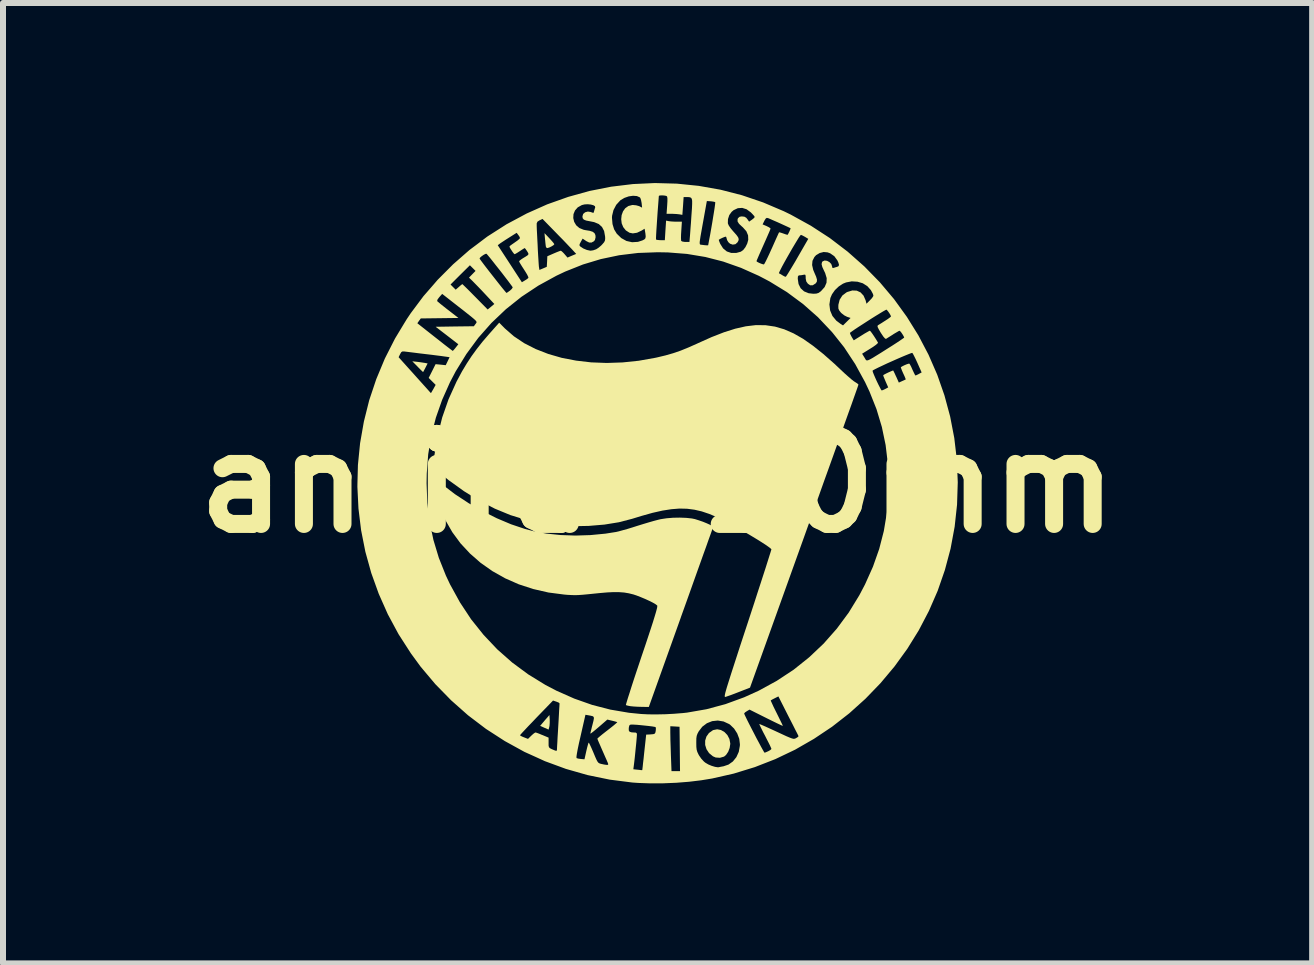
<source format=kicad_pcb>
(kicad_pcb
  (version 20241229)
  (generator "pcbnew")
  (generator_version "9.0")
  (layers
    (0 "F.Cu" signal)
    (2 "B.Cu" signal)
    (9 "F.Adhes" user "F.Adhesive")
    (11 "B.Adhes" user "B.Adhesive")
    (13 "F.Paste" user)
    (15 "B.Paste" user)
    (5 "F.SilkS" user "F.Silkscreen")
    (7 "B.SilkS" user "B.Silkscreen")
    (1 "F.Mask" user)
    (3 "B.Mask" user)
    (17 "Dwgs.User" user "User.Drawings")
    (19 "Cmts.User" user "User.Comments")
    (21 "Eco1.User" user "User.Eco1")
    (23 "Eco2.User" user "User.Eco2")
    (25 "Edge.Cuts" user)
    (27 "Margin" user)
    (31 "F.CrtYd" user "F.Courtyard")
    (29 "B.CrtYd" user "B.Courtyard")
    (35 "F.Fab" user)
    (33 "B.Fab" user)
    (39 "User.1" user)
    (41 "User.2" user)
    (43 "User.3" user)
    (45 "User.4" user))
  (footprint "antifa-10mm"
    (layer "F.Cu")
    (at 7.907 5.002)
    (property "Reference" "antifa-10mm" (at 0 0 0) (layer "F.SilkS") (effects (font (size 1.5 1.5) (thickness 0.3))))
    (attr board_only exclude_from_pos_files exclude_from_bom)
    (fp_poly (pts (xy -1.797 3.94) (xy -1.797 3.994) (xy -1.801 4.044) (xy -1.805 4.062) (xy -1.816 4.105) (xy -1.887 4.074) (xy -1.957 4.043) (xy -1.88 3.952) (xy -1.802 3.862)) (stroke (width 0) (type solid)) (fill yes) (layer "F.SilkS"))
    (fp_poly (pts (xy -4.006 -2.023) (xy -3.951 -2.016) (xy -3.899 -2.008) (xy -3.879 -2.005) (xy -3.832 -1.996) (xy -3.868 -1.925) (xy -3.889 -1.885) (xy -3.903 -1.859) (xy -3.908 -1.853) (xy -3.919 -1.863) (xy -3.946 -1.889) (xy -3.983 -1.926) (xy -3.999 -1.943) (xy -4.087 -2.032)) (stroke (width 0) (type solid)) (fill yes) (layer "F.SilkS"))
    (fp_poly (pts (xy -1.803 -4.082) (xy -1.765 -4.04) (xy -1.736 -4.006) (xy -1.722 -3.985) (xy -1.721 -3.982) (xy -1.733 -3.968) (xy -1.762 -3.949) (xy -1.797 -3.931) (xy -1.829 -3.92) (xy -1.839 -3.918) (xy -1.857 -3.93) (xy -1.86 -3.937) (xy -1.864 -3.96) (xy -1.869 -4.003) (xy -1.874 -4.057) (xy -1.875 -4.061) (xy -1.884 -4.167)) (stroke (width 0) (type solid)) (fill yes) (layer "F.SilkS"))
    (fp_poly (pts (xy 1.056 4.112) (xy 1.115 4.146) (xy 1.163 4.196) (xy 1.197 4.261) (xy 1.211 4.334) (xy 1.211 4.346) (xy 1.201 4.411) (xy 1.177 4.474) (xy 1.142 4.526) (xy 1.108 4.555) (xy 1.039 4.575) (xy 0.968 4.57) (xy 0.922 4.55) (xy 0.858 4.497) (xy 0.815 4.432) (xy 0.793 4.361) (xy 0.793 4.289) (xy 0.814 4.221) (xy 0.856 4.162) (xy 0.918 4.118) (xy 0.928 4.113) (xy 0.993 4.1)) (stroke (width 0) (type solid)) (fill yes) (layer "F.SilkS"))
    (fp_poly (pts (xy -3.707 -0.072) (xy -3.675 -0.048) (xy -3.631 -0.013) (xy -3.585 0.023) (xy -3.375 0.183) (xy -3.15 0.331) (xy -2.916 0.465) (xy -2.678 0.584) (xy -2.441 0.684) (xy -2.209 0.762) (xy -2.071 0.798) (xy -1.853 0.839) (xy -1.617 0.863) (xy -1.37 0.872) (xy -1.118 0.864) (xy -0.869 0.84) (xy -0.691 0.812) (xy -0.648 0.802) (xy -0.583 0.784) (xy -0.503 0.762) (xy -0.415 0.735) (xy -0.337 0.71) (xy -0.243 0.681) (xy -0.15 0.653) (xy -0.063 0.628) (xy 0.009 0.609) (xy 0.051 0.599) (xy 0.149 0.584) (xy 0.258 0.575) (xy 0.371 0.573) (xy 0.478 0.577) (xy 0.571 0.587) (xy 0.62 0.597) (xy 0.687 0.618) (xy 0.754 0.641) (xy 0.818 0.667) (xy 0.871 0.691) (xy 0.909 0.712) (xy 0.925 0.727) (xy 0.926 0.73) (xy 0.92 0.746) (xy 0.905 0.788) (xy 0.882 0.853) (xy 0.85 0.941) (xy 0.812 1.049) (xy 0.766 1.176) (xy 0.715 1.319) (xy 0.658 1.478) (xy 0.597 1.649) (xy 0.532 1.832) (xy 0.463 2.025) (xy 0.391 2.225) (xy 0.387 2.238) (xy -0.146 3.728) (xy -0.271 3.726) (xy -0.337 3.724) (xy -0.401 3.72) (xy -0.45 3.715) (xy -0.457 3.714) (xy -0.498 3.706) (xy -0.524 3.698) (xy -0.528 3.696) (xy -0.525 3.681) (xy -0.513 3.64) (xy -0.494 3.577) (xy -0.467 3.494) (xy -0.435 3.392) (xy -0.397 3.275) (xy -0.354 3.145) (xy -0.307 3.005) (xy -0.263 2.873) (xy -0.203 2.696) (xy -0.153 2.545) (xy -0.111 2.418) (xy -0.077 2.313) (xy -0.051 2.228) (xy -0.031 2.162) (xy -0.017 2.111) (xy -0.008 2.075) (xy -0.005 2.052) (xy -0.005 2.039) (xy -0.007 2.037) (xy -0.032 2.017) (xy -0.078 1.99) (xy -0.14 1.959) (xy -0.21 1.927) (xy -0.282 1.897) (xy -0.349 1.871) (xy -0.403 1.853) (xy -0.48 1.834) (xy -0.557 1.821) (xy -0.639 1.815) (xy -0.73 1.814) (xy -0.837 1.819) (xy -0.964 1.83) (xy -1.053 1.839) (xy -1.161 1.85) (xy -1.246 1.858) (xy -1.316 1.863) (xy -1.377 1.865) (xy -1.436 1.863) (xy -1.499 1.86) (xy -1.555 1.855) (xy -1.818 1.821) (xy -2.071 1.763) (xy -2.313 1.684) (xy -2.54 1.584) (xy -2.753 1.464) (xy -2.949 1.326) (xy -3.126 1.171) (xy -3.284 1.001) (xy -3.42 0.816) (xy -3.534 0.618) (xy -3.622 0.407) (xy -3.681 0.205) (xy -3.697 0.125) (xy -3.711 0.052) (xy -3.72 -0.009) (xy -3.724 -0.055) (xy -3.723 -0.078) (xy -3.721 -0.081)) (stroke (width 0) (type solid)) (fill yes) (layer "F.SilkS"))
    (fp_poly (pts (xy -2.544 -2.579) (xy -2.395 -2.449) (xy -2.223 -2.334) (xy -2.031 -2.236) (xy -1.821 -2.154) (xy -1.596 -2.089) (xy -1.357 -2.043) (xy -1.107 -2.014) (xy -0.848 -2.004) (xy -0.583 -2.013) (xy -0.314 -2.041) (xy -0.043 -2.089) (xy -0.01 -2.096) (xy 0.132 -2.13) (xy 0.261 -2.167) (xy 0.386 -2.21) (xy 0.516 -2.263) (xy 0.66 -2.327) (xy 0.679 -2.336) (xy 0.9 -2.435) (xy 1.105 -2.515) (xy 1.294 -2.575) (xy 1.471 -2.615) (xy 1.639 -2.635) (xy 1.8 -2.633) (xy 1.956 -2.61) (xy 2.11 -2.565) (xy 2.266 -2.497) (xy 2.424 -2.407) (xy 2.588 -2.292) (xy 2.761 -2.154) (xy 2.945 -1.992) (xy 3.047 -1.896) (xy 3.113 -1.834) (xy 3.175 -1.779) (xy 3.229 -1.732) (xy 3.271 -1.699) (xy 3.293 -1.685) (xy 3.326 -1.664) (xy 3.345 -1.647) (xy 3.347 -1.643) (xy 3.342 -1.628) (xy 3.328 -1.586) (xy 3.305 -1.521) (xy 3.273 -1.431) (xy 3.234 -1.32) (xy 3.186 -1.187) (xy 3.132 -1.036) (xy 3.072 -0.867) (xy 3.006 -0.681) (xy 2.934 -0.479) (xy 2.857 -0.264) (xy 2.775 -0.037) (xy 2.69 0.202) (xy 2.601 0.45) (xy 2.509 0.706) (xy 2.444 0.888) (xy 1.54 3.406) (xy 1.356 3.478) (xy 1.284 3.506) (xy 1.22 3.53) (xy 1.168 3.548) (xy 1.136 3.559) (xy 1.133 3.56) (xy 1.127 3.561) (xy 1.122 3.559) (xy 1.119 3.553) (xy 1.119 3.542) (xy 1.122 3.522) (xy 1.128 3.494) (xy 1.139 3.454) (xy 1.154 3.402) (xy 1.175 3.335) (xy 1.201 3.252) (xy 1.233 3.151) (xy 1.272 3.031) (xy 1.318 2.889) (xy 1.371 2.725) (xy 1.433 2.536) (xy 1.496 2.345) (xy 1.556 2.162) (xy 1.613 1.988) (xy 1.666 1.823) (xy 1.716 1.67) (xy 1.761 1.531) (xy 1.801 1.408) (xy 1.834 1.303) (xy 1.861 1.217) (xy 1.881 1.154) (xy 1.893 1.115) (xy 1.897 1.102) (xy 1.884 1.087) (xy 1.849 1.06) (xy 1.796 1.023) (xy 1.726 0.978) (xy 1.644 0.927) (xy 1.553 0.872) (xy 1.457 0.816) (xy 1.359 0.759) (xy 1.262 0.705) (xy 1.17 0.655) (xy 1.085 0.611) (xy 1.012 0.576) (xy 0.991 0.566) (xy 0.86 0.511) (xy 0.735 0.469) (xy 0.614 0.441) (xy 0.491 0.425) (xy 0.364 0.422) (xy 0.228 0.433) (xy 0.081 0.456) (xy -0.083 0.493) (xy -0.265 0.544) (xy -0.425 0.593) (xy -0.644 0.65) (xy -0.885 0.689) (xy -1.147 0.711) (xy -1.355 0.715) (xy -1.642 0.704) (xy -1.919 0.67) (xy -2.188 0.612) (xy -2.452 0.531) (xy -2.711 0.424) (xy -2.968 0.292) (xy -3.225 0.133) (xy -3.484 -0.053) (xy -3.703 -0.229) (xy -3.743 -0.264) (xy -3.721 -0.45) (xy -3.668 -0.778) (xy -3.589 -1.095) (xy -3.483 -1.399) (xy -3.35 -1.693) (xy -3.259 -1.863) (xy -3.179 -1.996) (xy -3.099 -2.118) (xy -3.014 -2.235) (xy -2.919 -2.356) (xy -2.808 -2.485) (xy -2.748 -2.553) (xy -2.639 -2.675)) (stroke (width 0) (type solid)) (fill yes) (layer "F.SilkS"))
    (fp_poly (pts (xy 0.321 -4.992) (xy 0.686 -4.955) (xy 1.048 -4.891) (xy 1.406 -4.799) (xy 1.759 -4.679) (xy 2.104 -4.532) (xy 2.219 -4.476) (xy 2.554 -4.291) (xy 2.871 -4.085) (xy 3.168 -3.858) (xy 3.446 -3.612) (xy 3.704 -3.348) (xy 3.94 -3.068) (xy 4.154 -2.772) (xy 4.346 -2.463) (xy 4.515 -2.141) (xy 4.66 -1.808) (xy 4.78 -1.464) (xy 4.875 -1.112) (xy 4.944 -0.753) (xy 4.987 -0.387) (xy 5.002 -0.016) (xy 4.99 0.358) (xy 4.95 0.725) (xy 4.882 1.091) (xy 4.787 1.447) (xy 4.667 1.793) (xy 4.521 2.128) (xy 4.352 2.451) (xy 4.161 2.759) (xy 3.948 3.053) (xy 3.715 3.331) (xy 3.463 3.592) (xy 3.194 3.834) (xy 2.908 4.057) (xy 2.606 4.259) (xy 2.291 4.44) (xy 1.962 4.597) (xy 1.621 4.73) (xy 1.27 4.838) (xy 0.909 4.92) (xy 0.725 4.95) (xy 0.526 4.974) (xy 0.313 4.991) (xy 0.095 5) (xy -0.119 5.001) (xy -0.319 4.994) (xy -0.42 4.987) (xy -0.796 4.939) (xy -1.166 4.863) (xy -1.527 4.76) (xy -1.878 4.631) (xy -2 4.575) (xy -1.351 4.575) (xy -1.349 4.58) (xy -1.324 4.588) (xy -1.284 4.594) (xy -1.275 4.595) (xy -1.218 4.6) (xy -1.188 4.465) (xy -1.174 4.406) (xy -1.161 4.358) (xy -1.152 4.328) (xy -1.149 4.322) (xy -1.14 4.332) (xy -1.124 4.364) (xy -1.101 4.414) (xy -1.074 4.476) (xy -1.069 4.488) (xy -1.039 4.56) (xy -1.017 4.609) (xy -1 4.64) (xy -0.984 4.659) (xy -0.966 4.669) (xy -0.943 4.676) (xy -0.938 4.677) (xy -0.892 4.687) (xy -0.853 4.693) (xy -0.847 4.693) (xy -0.826 4.692) (xy -0.822 4.681) (xy -0.832 4.652) (xy -0.835 4.647) (xy -0.848 4.615) (xy -0.871 4.564) (xy -0.899 4.5) (xy -0.929 4.432) (xy -0.957 4.367) (xy -0.981 4.313) (xy -0.997 4.274) (xy -1.003 4.256) (xy -1.003 4.255) (xy -0.992 4.244) (xy -0.962 4.218) (xy -0.917 4.181) (xy -0.861 4.137) (xy -0.836 4.118) (xy -0.48 4.118) (xy -0.466 4.141) (xy -0.432 4.151) (xy -0.399 4.153) (xy -0.363 4.155) (xy -0.347 4.166) (xy -0.344 4.19) (xy -0.346 4.217) (xy -0.35 4.267) (xy -0.356 4.334) (xy -0.364 4.411) (xy -0.372 4.492) (xy -0.38 4.571) (xy -0.388 4.641) (xy -0.395 4.697) (xy -0.396 4.705) (xy -0.404 4.766) (xy -0.349 4.772) (xy -0.307 4.776) (xy -0.278 4.78) (xy -0.275 4.78) (xy -0.257 4.78) (xy -0.255 4.779) (xy -0.253 4.764) (xy -0.248 4.724) (xy -0.242 4.664) (xy -0.233 4.588) (xy -0.224 4.501) (xy -0.222 4.482) (xy -0.19 4.189) (xy -0.115 4.185) (xy -0.071 4.181) (xy -0.048 4.173) (xy -0.038 4.157) (xy 0.212 4.157) (xy 0.213 4.208) (xy 0.214 4.281) (xy 0.217 4.369) (xy 0.22 4.463) (xy 0.222 4.531) (xy 0.232 4.797) (xy 0.303 4.797) (xy 0.374 4.797) (xy 0.37 4.427) (xy 0.369 4.329) (xy 0.645 4.329) (xy 0.646 4.393) (xy 0.651 4.439) (xy 0.662 4.477) (xy 0.681 4.517) (xy 0.69 4.534) (xy 0.727 4.588) (xy 0.771 4.636) (xy 0.795 4.656) (xy 0.844 4.685) (xy 0.901 4.709) (xy 0.958 4.726) (xy 1.004 4.733) (xy 1.018 4.732) (xy 1.046 4.726) (xy 1.088 4.718) (xy 1.097 4.717) (xy 1.182 4.688) (xy 1.255 4.636) (xy 1.313 4.564) (xy 1.353 4.476) (xy 1.371 4.375) (xy 1.372 4.35) (xy 1.361 4.259) (xy 1.327 4.169) (xy 1.275 4.088) (xy 1.21 4.025) (xy 1.193 4.013) (xy 1.1 3.97) (xy 1.004 3.954) (xy 0.91 3.964) (xy 0.822 3.999) (xy 0.745 4.057) (xy 0.686 4.134) (xy 0.665 4.173) (xy 0.652 4.209) (xy 0.646 4.251) (xy 0.645 4.311) (xy 0.645 4.329) (xy 0.369 4.329) (xy 0.366 4.058) (xy 0.289 4.053) (xy 0.212 4.049) (xy 0.212 4.157) (xy -0.038 4.157) (xy -0.037 4.155) (xy -0.031 4.127) (xy -0.028 4.089) (xy -0.032 4.066) (xy -0.033 4.063) (xy -0.051 4.059) (xy -0.091 4.052) (xy -0.148 4.045) (xy -0.213 4.038) (xy -0.281 4.031) (xy -0.345 4.025) (xy -0.399 4.022) (xy -0.428 4.021) (xy -0.458 4.024) (xy -0.472 4.039) (xy -0.479 4.073) (xy -0.48 4.076) (xy -0.48 4.118) (xy -0.836 4.118) (xy -0.835 4.117) (xy -0.776 4.071) (xy -0.726 4.031) (xy -0.691 4.001) (xy -0.673 3.984) (xy -0.672 3.981) (xy -0.689 3.975) (xy -0.725 3.965) (xy -0.758 3.957) (xy -0.837 3.938) (xy -0.979 4.061) (xy -1.032 4.106) (xy -1.076 4.142) (xy -1.106 4.165) (xy -1.12 4.172) (xy -1.12 4.172) (xy -1.117 4.153) (xy -1.107 4.113) (xy -1.094 4.059) (xy -1.085 4.025) (xy -1.069 3.961) (xy -1.061 3.919) (xy -1.064 3.895) (xy -1.08 3.882) (xy -1.112 3.874) (xy -1.15 3.867) (xy -1.202 3.858) (xy -1.283 4.214) (xy -1.311 4.336) (xy -1.331 4.432) (xy -1.344 4.503) (xy -1.351 4.55) (xy -1.351 4.575) (xy -2 4.575) (xy -2.219 4.476) (xy -2.546 4.296) (xy -2.696 4.199) (xy -2.292 4.199) (xy -2.28 4.21) (xy -2.248 4.225) (xy -2.226 4.234) (xy -2.159 4.26) (xy -2.104 4.206) (xy -2.071 4.176) (xy -2.044 4.157) (xy -2.035 4.153) (xy -2.015 4.158) (xy -1.977 4.172) (xy -1.927 4.193) (xy -1.918 4.196) (xy -1.816 4.239) (xy -1.816 4.323) (xy -1.816 4.371) (xy -1.81 4.398) (xy -1.794 4.415) (xy -1.763 4.431) (xy -1.758 4.433) (xy -1.713 4.452) (xy -1.689 4.459) (xy -1.679 4.453) (xy -1.677 4.442) (xy -1.676 4.423) (xy -1.674 4.379) (xy -1.67 4.314) (xy -1.666 4.231) (xy -1.66 4.137) (xy -1.655 4.05) (xy -1.649 3.949) (xy -1.644 3.857) (xy -1.64 3.778) (xy -1.636 3.718) (xy -1.634 3.679) (xy -1.634 3.667) (xy -1.646 3.656) (xy -1.677 3.643) (xy -1.688 3.639) (xy -1.742 3.621) (xy -2.017 3.905) (xy -2.089 3.981) (xy -2.155 4.049) (xy -2.21 4.108) (xy -2.254 4.155) (xy -2.282 4.186) (xy -2.292 4.199) (xy -2.292 4.199) (xy -2.696 4.199) (xy -2.86 4.093) (xy -3.159 3.866) (xy -3.44 3.617) (xy -3.704 3.347) (xy -3.948 3.057) (xy -4.111 2.834) (xy -4.317 2.514) (xy -4.495 2.183) (xy -4.646 1.843) (xy -4.771 1.495) (xy -4.869 1.142) (xy -4.94 0.783) (xy -4.984 0.422) (xy -5.002 0.059) (xy -5.001 0) (xy -3.849 0) (xy -3.837 0.327) (xy -3.799 0.64) (xy -3.735 0.945) (xy -3.645 1.243) (xy -3.527 1.539) (xy -3.458 1.685) (xy -3.293 1.985) (xy -3.107 2.267) (xy -2.899 2.527) (xy -2.671 2.768) (xy -2.423 2.987) (xy -2.155 3.185) (xy -1.867 3.362) (xy -1.685 3.457) (xy -1.387 3.589) (xy -1.089 3.694) (xy -0.787 3.772) (xy -0.475 3.825) (xy -0.275 3.845) (xy -0.155 3.851) (xy -0.017 3.852) (xy 0.131 3.849) (xy 0.28 3.841) (xy 0.339 3.836) (xy 1.443 3.836) (xy 1.449 3.854) (xy 1.467 3.892) (xy 1.494 3.948) (xy 1.528 4.015) (xy 1.567 4.091) (xy 1.608 4.17) (xy 1.649 4.25) (xy 1.689 4.324) (xy 1.724 4.39) (xy 1.753 4.442) (xy 1.773 4.477) (xy 1.782 4.49) (xy 1.782 4.49) (xy 1.802 4.484) (xy 1.836 4.469) (xy 1.845 4.465) (xy 1.878 4.446) (xy 1.896 4.429) (xy 1.897 4.426) (xy 1.89 4.409) (xy 1.873 4.37) (xy 1.846 4.316) (xy 1.812 4.25) (xy 1.794 4.214) (xy 1.758 4.146) (xy 1.729 4.087) (xy 1.707 4.042) (xy 1.696 4.017) (xy 1.695 4.012) (xy 1.71 4.017) (xy 1.746 4.032) (xy 1.801 4.056) (xy 1.871 4.088) (xy 1.952 4.125) (xy 1.982 4.139) (xy 2.075 4.182) (xy 2.146 4.215) (xy 2.198 4.237) (xy 2.235 4.251) (xy 2.261 4.258) (xy 2.279 4.258) (xy 2.294 4.254) (xy 2.308 4.247) (xy 2.337 4.229) (xy 2.349 4.215) (xy 2.348 4.214) (xy 2.341 4.198) (xy 2.322 4.16) (xy 2.293 4.104) (xy 2.257 4.032) (xy 2.214 3.948) (xy 2.178 3.878) (xy 2.013 3.552) (xy 1.951 3.583) (xy 1.914 3.602) (xy 1.89 3.616) (xy 1.885 3.618) (xy 1.89 3.632) (xy 1.906 3.667) (xy 1.93 3.72) (xy 1.962 3.785) (xy 1.984 3.829) (xy 2.019 3.9) (xy 2.049 3.961) (xy 2.072 4.008) (xy 2.085 4.037) (xy 2.087 4.043) (xy 2.075 4.039) (xy 2.04 4.023) (xy 1.987 3.998) (xy 1.919 3.965) (xy 1.84 3.926) (xy 1.81 3.911) (xy 1.532 3.772) (xy 1.488 3.798) (xy 1.458 3.818) (xy 1.443 3.835) (xy 1.443 3.836) (xy 0.339 3.836) (xy 0.418 3.83) (xy 0.491 3.822) (xy 0.813 3.766) (xy 1.13 3.681) (xy 1.442 3.567) (xy 1.685 3.457) (xy 1.985 3.293) (xy 2.266 3.108) (xy 2.526 2.9) (xy 2.767 2.672) (xy 2.986 2.424) (xy 3.185 2.155) (xy 3.362 1.866) (xy 3.457 1.685) (xy 3.589 1.39) (xy 3.693 1.095) (xy 3.77 0.796) (xy 3.821 0.49) (xy 3.846 0.173) (xy 3.849 0) (xy 3.837 -0.324) (xy 3.8 -0.636) (xy 3.737 -0.938) (xy 3.648 -1.234) (xy 3.531 -1.528) (xy 3.457 -1.685) (xy 3.353 -1.875) (xy 3.582 -1.875) (xy 3.587 -1.853) (xy 3.603 -1.812) (xy 3.625 -1.761) (xy 3.651 -1.703) (xy 3.678 -1.647) (xy 3.703 -1.598) (xy 3.722 -1.562) (xy 3.734 -1.546) (xy 3.735 -1.546) (xy 3.757 -1.553) (xy 3.791 -1.569) (xy 3.797 -1.572) (xy 3.843 -1.597) (xy 3.799 -1.697) (xy 3.779 -1.745) (xy 3.764 -1.782) (xy 3.76 -1.8) (xy 3.76 -1.801) (xy 3.778 -1.812) (xy 3.812 -1.83) (xy 3.852 -1.849) (xy 3.891 -1.866) (xy 3.918 -1.877) (xy 3.926 -1.879) (xy 3.934 -1.864) (xy 3.951 -1.83) (xy 3.972 -1.783) (xy 3.976 -1.776) (xy 4.02 -1.677) (xy 4.075 -1.702) (xy 4.111 -1.718) (xy 4.132 -1.728) (xy 4.135 -1.729) (xy 4.131 -1.743) (xy 4.118 -1.776) (xy 4.097 -1.822) (xy 4.093 -1.83) (xy 4.072 -1.878) (xy 4.058 -1.915) (xy 4.053 -1.933) (xy 4.053 -1.933) (xy 4.077 -1.948) (xy 4.113 -1.966) (xy 4.151 -1.982) (xy 4.183 -1.992) (xy 4.195 -1.993) (xy 4.207 -1.976) (xy 4.226 -1.94) (xy 4.247 -1.892) (xy 4.248 -1.89) (xy 4.27 -1.843) (xy 4.287 -1.809) (xy 4.297 -1.795) (xy 4.298 -1.795) (xy 4.315 -1.802) (xy 4.347 -1.817) (xy 4.353 -1.821) (xy 4.4 -1.846) (xy 4.329 -2.006) (xy 4.3 -2.069) (xy 4.274 -2.121) (xy 4.255 -2.157) (xy 4.244 -2.172) (xy 4.244 -2.172) (xy 4.226 -2.168) (xy 4.187 -2.153) (xy 4.13 -2.13) (xy 4.061 -2.101) (xy 3.983 -2.067) (xy 3.902 -2.031) (xy 3.821 -1.995) (xy 3.745 -1.959) (xy 3.679 -1.928) (xy 3.627 -1.902) (xy 3.593 -1.884) (xy 3.582 -1.875) (xy 3.353 -1.875) (xy 3.293 -1.985) (xy 3.108 -2.266) (xy 2.918 -2.505) (xy 3.205 -2.505) (xy 3.211 -2.484) (xy 3.228 -2.45) (xy 3.236 -2.435) (xy 3.269 -2.381) (xy 3.397 -2.461) (xy 3.451 -2.495) (xy 3.497 -2.521) (xy 3.527 -2.538) (xy 3.537 -2.541) (xy 3.55 -2.53) (xy 3.574 -2.498) (xy 3.606 -2.451) (xy 3.642 -2.395) (xy 3.673 -2.343) (xy 3.665 -2.329) (xy 3.636 -2.304) (xy 3.591 -2.272) (xy 3.545 -2.243) (xy 3.408 -2.158) (xy 3.447 -2.095) (xy 3.459 -2.075) (xy 3.468 -2.059) (xy 3.478 -2.049) (xy 3.491 -2.046) (xy 3.512 -2.051) (xy 3.542 -2.065) (xy 3.585 -2.089) (xy 3.643 -2.125) (xy 3.721 -2.173) (xy 3.82 -2.236) (xy 3.828 -2.241) (xy 3.909 -2.292) (xy 3.98 -2.338) (xy 4.039 -2.377) (xy 4.082 -2.407) (xy 4.106 -2.424) (xy 4.109 -2.428) (xy 4.101 -2.448) (xy 4.083 -2.479) (xy 4.061 -2.512) (xy 4.041 -2.535) (xy 4.032 -2.541) (xy 4.015 -2.534) (xy 3.981 -2.514) (xy 3.935 -2.487) (xy 3.922 -2.478) (xy 3.873 -2.447) (xy 3.833 -2.422) (xy 3.809 -2.407) (xy 3.806 -2.405) (xy 3.79 -2.412) (xy 3.763 -2.442) (xy 3.728 -2.494) (xy 3.72 -2.506) (xy 3.687 -2.562) (xy 3.669 -2.598) (xy 3.664 -2.619) (xy 3.671 -2.631) (xy 3.671 -2.631) (xy 3.693 -2.645) (xy 3.732 -2.669) (xy 3.78 -2.7) (xy 3.79 -2.706) (xy 3.836 -2.736) (xy 3.871 -2.762) (xy 3.888 -2.777) (xy 3.889 -2.779) (xy 3.882 -2.799) (xy 3.864 -2.83) (xy 3.842 -2.862) (xy 3.822 -2.886) (xy 3.813 -2.893) (xy 3.797 -2.885) (xy 3.761 -2.865) (xy 3.708 -2.833) (xy 3.644 -2.794) (xy 3.572 -2.749) (xy 3.497 -2.701) (xy 3.423 -2.653) (xy 3.353 -2.608) (xy 3.292 -2.568) (xy 3.245 -2.535) (xy 3.214 -2.513) (xy 3.205 -2.505) (xy 2.918 -2.505) (xy 2.9 -2.526) (xy 2.672 -2.767) (xy 2.432 -2.979) (xy 2.863 -2.979) (xy 2.875 -2.879) (xy 2.913 -2.788) (xy 2.978 -2.709) (xy 3.047 -2.657) (xy 3.09 -2.63) (xy 3.153 -2.692) (xy 3.216 -2.754) (xy 3.158 -2.773) (xy 3.111 -2.797) (xy 3.065 -2.833) (xy 3.053 -2.845) (xy 3.026 -2.88) (xy 3.013 -2.91) (xy 3.012 -2.949) (xy 3.013 -2.975) (xy 3.034 -3.058) (xy 3.079 -3.128) (xy 3.146 -3.179) (xy 3.162 -3.187) (xy 3.245 -3.212) (xy 3.319 -3.209) (xy 3.382 -3.18) (xy 3.432 -3.126) (xy 3.466 -3.049) (xy 3.47 -3.034) (xy 3.481 -2.991) (xy 3.538 -3.048) (xy 3.571 -3.083) (xy 3.592 -3.114) (xy 3.596 -3.127) (xy 3.589 -3.153) (xy 3.569 -3.191) (xy 3.554 -3.218) (xy 3.495 -3.284) (xy 3.419 -3.332) (xy 3.331 -3.358) (xy 3.236 -3.364) (xy 3.141 -3.346) (xy 3.089 -3.325) (xy 3.019 -3.279) (xy 2.955 -3.218) (xy 2.906 -3.148) (xy 2.879 -3.086) (xy 2.863 -2.979) (xy 2.432 -2.979) (xy 2.424 -2.986) (xy 2.155 -3.185) (xy 1.866 -3.362) (xy 1.781 -3.407) (xy 2.336 -3.407) (xy 2.349 -3.319) (xy 2.384 -3.249) (xy 2.441 -3.197) (xy 2.517 -3.166) (xy 2.596 -3.157) (xy 2.647 -3.16) (xy 2.684 -3.172) (xy 2.721 -3.199) (xy 2.725 -3.203) (xy 2.784 -3.269) (xy 2.815 -3.341) (xy 2.818 -3.418) (xy 2.792 -3.503) (xy 2.775 -3.538) (xy 2.745 -3.603) (xy 2.733 -3.65) (xy 2.74 -3.684) (xy 2.749 -3.696) (xy 2.783 -3.711) (xy 2.824 -3.706) (xy 2.863 -3.685) (xy 2.894 -3.653) (xy 2.908 -3.613) (xy 2.908 -3.61) (xy 2.914 -3.587) (xy 2.931 -3.587) (xy 2.964 -3.598) (xy 2.99 -3.605) (xy 3.016 -3.617) (xy 3.023 -3.64) (xy 3.012 -3.678) (xy 2.996 -3.713) (xy 2.945 -3.783) (xy 2.876 -3.831) (xy 2.833 -3.847) (xy 2.768 -3.853) (xy 2.701 -3.836) (xy 2.641 -3.8) (xy 2.613 -3.769) (xy 2.581 -3.706) (xy 2.575 -3.636) (xy 2.593 -3.556) (xy 2.613 -3.508) (xy 2.642 -3.441) (xy 2.656 -3.393) (xy 2.654 -3.359) (xy 2.637 -3.333) (xy 2.633 -3.329) (xy 2.586 -3.299) (xy 2.544 -3.298) (xy 2.505 -3.324) (xy 2.478 -3.362) (xy 2.468 -3.411) (xy 2.468 -3.421) (xy 2.467 -3.459) (xy 2.459 -3.475) (xy 2.442 -3.475) (xy 2.435 -3.474) (xy 2.393 -3.466) (xy 2.369 -3.465) (xy 2.348 -3.46) (xy 2.338 -3.443) (xy 2.336 -3.407) (xy 1.781 -3.407) (xy 1.685 -3.457) (xy 1.591 -3.499) (xy 2.022 -3.499) (xy 2.022 -3.498) (xy 2.043 -3.488) (xy 2.076 -3.468) (xy 2.08 -3.465) (xy 2.112 -3.447) (xy 2.134 -3.44) (xy 2.136 -3.44) (xy 2.146 -3.453) (xy 2.169 -3.488) (xy 2.202 -3.542) (xy 2.243 -3.61) (xy 2.291 -3.69) (xy 2.33 -3.758) (xy 2.511 -4.072) (xy 2.457 -4.105) (xy 2.42 -4.125) (xy 2.393 -4.137) (xy 2.388 -4.138) (xy 2.376 -4.126) (xy 2.353 -4.093) (xy 2.322 -4.042) (xy 2.284 -3.979) (xy 2.241 -3.907) (xy 2.197 -3.83) (xy 2.153 -3.753) (xy 2.111 -3.678) (xy 2.075 -3.612) (xy 2.047 -3.557) (xy 2.028 -3.518) (xy 2.022 -3.499) (xy 1.591 -3.499) (xy 1.39 -3.589) (xy 1.095 -3.693) (xy 1.069 -3.7) (xy 1.648 -3.7) (xy 1.66 -3.689) (xy 1.69 -3.673) (xy 1.726 -3.658) (xy 1.757 -3.648) (xy 1.772 -3.646) (xy 1.782 -3.66) (xy 1.802 -3.697) (xy 1.829 -3.752) (xy 1.862 -3.822) (xy 1.898 -3.902) (xy 1.903 -3.912) (xy 1.939 -3.993) (xy 1.971 -4.065) (xy 1.997 -4.122) (xy 2.015 -4.162) (xy 2.024 -4.18) (xy 2.024 -4.181) (xy 2.039 -4.179) (xy 2.072 -4.169) (xy 2.095 -4.161) (xy 2.135 -4.147) (xy 2.161 -4.14) (xy 2.167 -4.14) (xy 2.179 -4.16) (xy 2.195 -4.192) (xy 2.209 -4.224) (xy 2.216 -4.245) (xy 2.216 -4.249) (xy 2.202 -4.256) (xy 2.166 -4.273) (xy 2.116 -4.296) (xy 2.057 -4.323) (xy 1.995 -4.351) (xy 1.935 -4.377) (xy 1.885 -4.399) (xy 1.849 -4.415) (xy 1.842 -4.417) (xy 1.82 -4.422) (xy 1.803 -4.411) (xy 1.783 -4.38) (xy 1.779 -4.372) (xy 1.75 -4.313) (xy 1.816 -4.285) (xy 1.854 -4.266) (xy 1.878 -4.25) (xy 1.882 -4.244) (xy 1.877 -4.227) (xy 1.861 -4.188) (xy 1.836 -4.131) (xy 1.805 -4.06) (xy 1.769 -3.979) (xy 1.765 -3.97) (xy 1.729 -3.889) (xy 1.697 -3.817) (xy 1.672 -3.759) (xy 1.655 -3.719) (xy 1.648 -3.7) (xy 1.648 -3.7) (xy 1.069 -3.7) (xy 0.796 -3.77) (xy 0.49 -3.821) (xy 0.173 -3.846) (xy 0 -3.849) (xy -0.327 -3.837) (xy -0.64 -3.799) (xy -0.945 -3.735) (xy -1.243 -3.645) (xy -1.539 -3.527) (xy -1.685 -3.458) (xy -1.986 -3.293) (xy -2.267 -3.107) (xy -2.528 -2.899) (xy -2.768 -2.671) (xy -2.988 -2.422) (xy -3.186 -2.153) (xy -3.364 -1.864) (xy -3.458 -1.685) (xy -3.59 -1.389) (xy -3.694 -1.093) (xy -3.771 -0.792) (xy -3.822 -0.483) (xy -3.846 -0.163) (xy -3.849 0) (xy -5.001 0) (xy -4.993 -0.305) (xy -4.957 -0.667) (xy -4.894 -1.027) (xy -4.805 -1.383) (xy -4.688 -1.733) (xy -4.545 -2.076) (xy -4.533 -2.1) (xy -4.315 -2.1) (xy -4.146 -1.912) (xy -4.081 -1.84) (xy -4.014 -1.765) (xy -3.951 -1.695) (xy -3.898 -1.636) (xy -3.878 -1.614) (xy -3.836 -1.567) (xy -3.803 -1.53) (xy -3.782 -1.507) (xy -3.777 -1.502) (xy -3.769 -1.513) (xy -3.752 -1.543) (xy -3.736 -1.57) (xy -3.698 -1.639) (xy -3.756 -1.697) (xy -3.814 -1.755) (xy -3.756 -1.87) (xy -3.699 -1.984) (xy -3.614 -1.976) (xy -3.53 -1.967) (xy -3.498 -2.033) (xy -3.466 -2.1) (xy -3.52 -2.108) (xy -3.551 -2.112) (xy -3.606 -2.12) (xy -3.679 -2.129) (xy -3.764 -2.14) (xy -3.858 -2.151) (xy -3.874 -2.153) (xy -3.968 -2.164) (xy -4.054 -2.175) (xy -4.128 -2.184) (xy -4.184 -2.191) (xy -4.217 -2.195) (xy -4.22 -2.196) (xy -4.252 -2.196) (xy -4.272 -2.183) (xy -4.29 -2.151) (xy -4.315 -2.1) (xy -4.533 -2.1) (xy -4.375 -2.411) (xy -4.221 -2.666) (xy -4.003 -2.666) (xy -3.71 -2.435) (xy -3.631 -2.373) (xy -3.559 -2.316) (xy -3.498 -2.269) (xy -3.451 -2.233) (xy -3.422 -2.211) (xy -3.413 -2.205) (xy -3.402 -2.215) (xy -3.379 -2.241) (xy -3.364 -2.26) (xy -3.32 -2.316) (xy -3.509 -2.462) (xy -3.698 -2.607) (xy -3.38 -2.612) (xy -3.061 -2.616) (xy -3.034 -2.653) (xy -3.024 -2.666) (xy -3.018 -2.676) (xy -3.016 -2.686) (xy -3.022 -2.699) (xy -3.037 -2.717) (xy -3.065 -2.742) (xy -3.107 -2.777) (xy -3.165 -2.823) (xy -3.242 -2.884) (xy -3.318 -2.943) (xy -3.589 -3.155) (xy -3.636 -3.102) (xy -3.666 -3.063) (xy -3.673 -3.038) (xy -3.67 -3.032) (xy -3.653 -3.018) (xy -3.619 -2.989) (xy -3.57 -2.95) (xy -3.511 -2.903) (xy -3.487 -2.885) (xy -3.318 -2.754) (xy -3.632 -2.75) (xy -3.946 -2.746) (xy -3.975 -2.706) (xy -4.003 -2.666) (xy -4.221 -2.666) (xy -4.178 -2.736) (xy -4.113 -2.833) (xy -3.901 -3.117) (xy -3.732 -3.311) (xy -3.45 -3.311) (xy -3.407 -3.268) (xy -3.364 -3.225) (xy -3.311 -3.271) (xy -3.279 -3.299) (xy -3.258 -3.315) (xy -3.253 -3.318) (xy -3.242 -3.308) (xy -3.213 -3.28) (xy -3.17 -3.238) (xy -3.116 -3.184) (xy -3.054 -3.121) (xy -3.039 -3.106) (xy -2.831 -2.895) (xy -2.775 -2.941) (xy -2.72 -2.987) (xy -2.878 -3.156) (xy -2.937 -3.219) (xy -2.994 -3.278) (xy -3.043 -3.328) (xy -3.079 -3.365) (xy -3.09 -3.376) (xy -3.142 -3.426) (xy -3.088 -3.482) (xy -3.033 -3.538) (xy -3.08 -3.585) (xy -3.127 -3.632) (xy -3.289 -3.472) (xy -3.45 -3.311) (xy -3.732 -3.311) (xy -3.664 -3.39) (xy -3.407 -3.648) (xy -3.296 -3.745) (xy -2.966 -3.745) (xy -2.958 -3.731) (xy -2.934 -3.698) (xy -2.898 -3.65) (xy -2.853 -3.591) (xy -2.801 -3.524) (xy -2.746 -3.454) (xy -2.691 -3.384) (xy -2.639 -3.318) (xy -2.593 -3.26) (xy -2.555 -3.214) (xy -2.529 -3.183) (xy -2.518 -3.171) (xy -2.518 -3.171) (xy -2.503 -3.179) (xy -2.473 -3.2) (xy -2.459 -3.21) (xy -2.43 -3.237) (xy -2.415 -3.26) (xy -2.415 -3.266) (xy -2.426 -3.283) (xy -2.452 -3.318) (xy -2.489 -3.368) (xy -2.536 -3.429) (xy -2.588 -3.497) (xy -2.643 -3.567) (xy -2.698 -3.636) (xy -2.748 -3.7) (xy -2.792 -3.755) (xy -2.826 -3.796) (xy -2.847 -3.82) (xy -2.851 -3.824) (xy -2.869 -3.821) (xy -2.899 -3.805) (xy -2.932 -3.782) (xy -2.957 -3.76) (xy -2.966 -3.745) (xy -3.296 -3.745) (xy -3.135 -3.886) (xy -3.028 -3.966) (xy -2.663 -3.966) (xy -2.462 -3.658) (xy -2.261 -3.349) (xy -2.211 -3.379) (xy -2.176 -3.401) (xy -2.154 -3.42) (xy -2.152 -3.423) (xy -2.156 -3.44) (xy -2.173 -3.476) (xy -2.202 -3.524) (xy -2.225 -3.56) (xy -2.26 -3.614) (xy -2.287 -3.658) (xy -2.304 -3.688) (xy -2.307 -3.697) (xy -2.296 -3.712) (xy -2.266 -3.734) (xy -2.245 -3.748) (xy -2.194 -3.779) (xy -2.164 -3.799) (xy -2.152 -3.815) (xy -2.154 -3.832) (xy -2.168 -3.856) (xy -2.174 -3.866) (xy -2.196 -3.898) (xy -2.211 -3.917) (xy -2.214 -3.918) (xy -2.228 -3.911) (xy -2.26 -3.891) (xy -2.296 -3.867) (xy -2.338 -3.84) (xy -2.369 -3.822) (xy -2.382 -3.816) (xy -2.395 -3.827) (xy -2.416 -3.854) (xy -2.439 -3.889) (xy -2.459 -3.921) (xy -2.468 -3.942) (xy -2.468 -3.944) (xy -2.457 -3.957) (xy -2.426 -3.98) (xy -2.384 -4.009) (xy -2.38 -4.012) (xy -2.337 -4.042) (xy -2.306 -4.068) (xy -2.293 -4.084) (xy -2.293 -4.085) (xy -2.301 -4.108) (xy -2.321 -4.137) (xy -2.348 -4.173) (xy -2.473 -4.094) (xy -2.53 -4.058) (xy -2.58 -4.025) (xy -2.618 -4) (xy -2.63 -3.991) (xy -2.663 -3.966) (xy -3.028 -3.966) (xy -2.851 -4.1) (xy -2.833 -4.113) (xy -2.512 -4.318) (xy -2.511 -4.318) (xy -2.014 -4.318) (xy -2.014 -4.283) (xy -2.012 -4.226) (xy -2.008 -4.152) (xy -2.004 -4.067) (xy -1.999 -3.975) (xy -1.995 -3.883) (xy -1.99 -3.795) (xy -1.985 -3.717) (xy -1.981 -3.655) (xy -1.978 -3.613) (xy -1.976 -3.601) (xy -1.969 -3.554) (xy -1.907 -3.58) (xy -1.846 -3.606) (xy -1.841 -3.694) (xy -1.837 -3.782) (xy -1.732 -3.828) (xy -1.68 -3.85) (xy -1.639 -3.866) (xy -1.615 -3.874) (xy -1.613 -3.874) (xy -1.596 -3.864) (xy -1.569 -3.838) (xy -1.55 -3.817) (xy -1.501 -3.76) (xy -1.429 -3.791) (xy -1.356 -3.821) (xy -1.431 -3.903) (xy -1.466 -3.939) (xy -1.516 -3.992) (xy -1.577 -4.056) (xy -1.645 -4.125) (xy -1.712 -4.194) (xy -1.917 -4.404) (xy -1.966 -4.381) (xy -2.001 -4.359) (xy -2.014 -4.33) (xy -2.014 -4.318) (xy -2.511 -4.318) (xy -2.322 -4.419) (xy -1.405 -4.419) (xy -1.39 -4.356) (xy -1.356 -4.298) (xy -1.304 -4.253) (xy -1.234 -4.224) (xy -1.206 -4.218) (xy -1.131 -4.206) (xy -1.081 -4.19) (xy -1.051 -4.167) (xy -1.036 -4.135) (xy -1.033 -4.099) (xy -1.044 -4.052) (xy -1.065 -4.029) (xy -1.103 -4.01) (xy -1.14 -4.011) (xy -1.185 -4.033) (xy -1.197 -4.041) (xy -1.249 -4.076) (xy -1.28 -4.021) (xy -1.298 -3.986) (xy -1.302 -3.966) (xy -1.293 -3.95) (xy -1.285 -3.943) (xy -1.238 -3.912) (xy -1.178 -3.887) (xy -1.122 -3.875) (xy -1.115 -3.875) (xy -1.073 -3.881) (xy -1.027 -3.897) (xy -1.024 -3.898) (xy -0.985 -3.923) (xy -0.941 -3.96) (xy -0.922 -3.98) (xy -0.908 -3.996) (xy 0.702 -3.996) (xy 0.705 -3.983) (xy 0.711 -3.977) (xy 0.721 -3.974) (xy 0.733 -3.973) (xy 0.735 -3.973) (xy 0.783 -3.967) (xy 0.821 -3.964) (xy 0.842 -3.965) (xy 0.843 -3.966) (xy 0.859 -4.052) (xy 0.86 -4.057) (xy 1.02 -4.057) (xy 1.023 -4.042) (xy 1.035 -4.01) (xy 1.044 -3.989) (xy 1.091 -3.914) (xy 1.154 -3.862) (xy 1.228 -3.837) (xy 1.314 -3.838) (xy 1.387 -3.858) (xy 1.427 -3.886) (xy 1.464 -3.934) (xy 1.494 -3.994) (xy 1.511 -4.056) (xy 1.508 -4.13) (xy 1.479 -4.199) (xy 1.421 -4.264) (xy 1.406 -4.277) (xy 1.357 -4.323) (xy 1.333 -4.362) (xy 1.333 -4.399) (xy 1.34 -4.416) (xy 1.367 -4.44) (xy 1.403 -4.446) (xy 1.447 -4.441) (xy 1.478 -4.423) (xy 1.503 -4.391) (xy 1.525 -4.359) (xy 1.572 -4.391) (xy 1.602 -4.415) (xy 1.618 -4.434) (xy 1.618 -4.437) (xy 1.609 -4.454) (xy 1.583 -4.483) (xy 1.554 -4.513) (xy 1.483 -4.565) (xy 1.41 -4.588) (xy 1.337 -4.583) (xy 1.267 -4.55) (xy 1.234 -4.522) (xy 1.195 -4.468) (xy 1.173 -4.401) (xy 1.171 -4.335) (xy 1.173 -4.325) (xy 1.187 -4.293) (xy 1.218 -4.248) (xy 1.259 -4.199) (xy 1.269 -4.188) (xy 1.315 -4.136) (xy 1.342 -4.098) (xy 1.352 -4.068) (xy 1.347 -4.041) (xy 1.331 -4.013) (xy 1.297 -3.983) (xy 1.252 -3.976) (xy 1.208 -3.991) (xy 1.18 -4.016) (xy 1.159 -4.05) (xy 1.15 -4.081) (xy 1.15 -4.082) (xy 1.143 -4.104) (xy 1.135 -4.109) (xy 1.114 -4.103) (xy 1.08 -4.089) (xy 1.045 -4.072) (xy 1.022 -4.058) (xy 1.02 -4.057) (xy 0.86 -4.057) (xy 0.877 -4.147) (xy 0.894 -4.245) (xy 0.911 -4.343) (xy 0.926 -4.436) (xy 0.94 -4.521) (xy 0.951 -4.592) (xy 0.958 -4.645) (xy 0.961 -4.677) (xy 0.961 -4.683) (xy 0.942 -4.69) (xy 0.905 -4.696) (xy 0.887 -4.698) (xy 0.821 -4.702) (xy 0.767 -4.402) (xy 0.745 -4.28) (xy 0.728 -4.184) (xy 0.715 -4.111) (xy 0.707 -4.057) (xy 0.702 -4.02) (xy 0.702 -3.996) (xy -0.908 -3.996) (xy -0.89 -4.017) (xy -0.876 -4.047) (xy -0.873 -4.083) (xy -0.875 -4.114) (xy -0.891 -4.203) (xy -0.926 -4.27) (xy -0.98 -4.319) (xy -1.057 -4.351) (xy -1.128 -4.365) (xy -1.19 -4.377) (xy -1.228 -4.392) (xy -1.247 -4.414) (xy -1.249 -4.424) (xy -0.76 -4.424) (xy -0.751 -4.318) (xy -0.724 -4.23) (xy -0.68 -4.158) (xy -0.605 -4.085) (xy -0.519 -4.037) (xy -0.425 -4.016) (xy -0.327 -4.022) (xy -0.253 -4.046) (xy -0.221 -4.062) (xy -0.22 -4.063) (xy -0.026 -4.063) (xy -0.026 -4.061) (xy -0.009 -4.055) (xy 0.027 -4.051) (xy 0.05 -4.05) (xy 0.121 -4.05) (xy 0.131 -4.213) (xy 0.142 -4.376) (xy 0.186 -4.367) (xy 0.226 -4.362) (xy 0.28 -4.359) (xy 0.318 -4.358) (xy 0.405 -4.358) (xy 0.395 -4.206) (xy 0.391 -4.141) (xy 0.39 -4.086) (xy 0.392 -4.049) (xy 0.394 -4.037) (xy 0.414 -4.027) (xy 0.452 -4.021) (xy 0.468 -4.021) (xy 0.531 -4.021) (xy 0.54 -4.127) (xy 0.544 -4.178) (xy 0.549 -4.251) (xy 0.556 -4.338) (xy 0.562 -4.431) (xy 0.566 -4.487) (xy 0.573 -4.584) (xy 0.576 -4.656) (xy 0.576 -4.706) (xy 0.57 -4.738) (xy 0.558 -4.756) (xy 0.539 -4.765) (xy 0.512 -4.768) (xy 0.488 -4.768) (xy 0.434 -4.768) (xy 0.424 -4.62) (xy 0.413 -4.472) (xy 0.361 -4.481) (xy 0.314 -4.486) (xy 0.256 -4.489) (xy 0.229 -4.49) (xy 0.15 -4.49) (xy 0.16 -4.631) (xy 0.164 -4.701) (xy 0.164 -4.746) (xy 0.16 -4.773) (xy 0.151 -4.785) (xy 0.126 -4.792) (xy 0.09 -4.796) (xy 0.053 -4.796) (xy 0.027 -4.792) (xy 0.021 -4.786) (xy 0.011 -4.653) (xy 0.001 -4.525) (xy -0.007 -4.406) (xy -0.014 -4.3) (xy -0.02 -4.21) (xy -0.024 -4.138) (xy -0.026 -4.088) (xy -0.026 -4.063) (xy -0.22 -4.063) (xy -0.203 -4.082) (xy -0.198 -4.113) (xy -0.203 -4.162) (xy -0.207 -4.186) (xy -0.216 -4.241) (xy -0.266 -4.21) (xy -0.342 -4.174) (xy -0.412 -4.163) (xy -0.468 -4.174) (xy -0.529 -4.213) (xy -0.572 -4.267) (xy -0.598 -4.33) (xy -0.606 -4.399) (xy -0.599 -4.467) (xy -0.576 -4.53) (xy -0.539 -4.582) (xy -0.487 -4.619) (xy -0.422 -4.636) (xy -0.408 -4.636) (xy -0.357 -4.631) (xy -0.31 -4.618) (xy -0.3 -4.614) (xy -0.258 -4.592) (xy -0.266 -4.669) (xy -0.275 -4.716) (xy -0.287 -4.752) (xy -0.295 -4.763) (xy -0.344 -4.785) (xy -0.408 -4.79) (xy -0.48 -4.78) (xy -0.552 -4.755) (xy -0.615 -4.718) (xy -0.623 -4.711) (xy -0.689 -4.639) (xy -0.735 -4.551) (xy -0.758 -4.457) (xy -0.76 -4.424) (xy -1.249 -4.424) (xy -1.252 -4.446) (xy -1.24 -4.487) (xy -1.207 -4.515) (xy -1.161 -4.527) (xy -1.117 -4.52) (xy -1.085 -4.509) (xy -1.069 -4.504) (xy -1.069 -4.504) (xy -1.063 -4.517) (xy -1.056 -4.54) (xy -1.046 -4.576) (xy -1.039 -4.596) (xy -1.044 -4.617) (xy -1.071 -4.633) (xy -1.114 -4.644) (xy -1.165 -4.649) (xy -1.217 -4.646) (xy -1.262 -4.635) (xy -1.33 -4.597) (xy -1.376 -4.545) (xy -1.401 -4.484) (xy -1.405 -4.419) (xy -2.322 -4.419) (xy -2.18 -4.495) (xy -1.839 -4.647) (xy -1.49 -4.771) (xy -1.134 -4.87) (xy -0.774 -4.941) (xy -0.41 -4.985) (xy -0.045 -5.002)) (stroke (width 0) (type solid)) (fill yes) (layer "F.SilkS")))
  (gr_rect
    (start -3 -3)
    (end 18.814 13.003)
    (stroke (width 0.1) (type default))
    (fill no)
    (layer "Edge.Cuts")))
</source>
